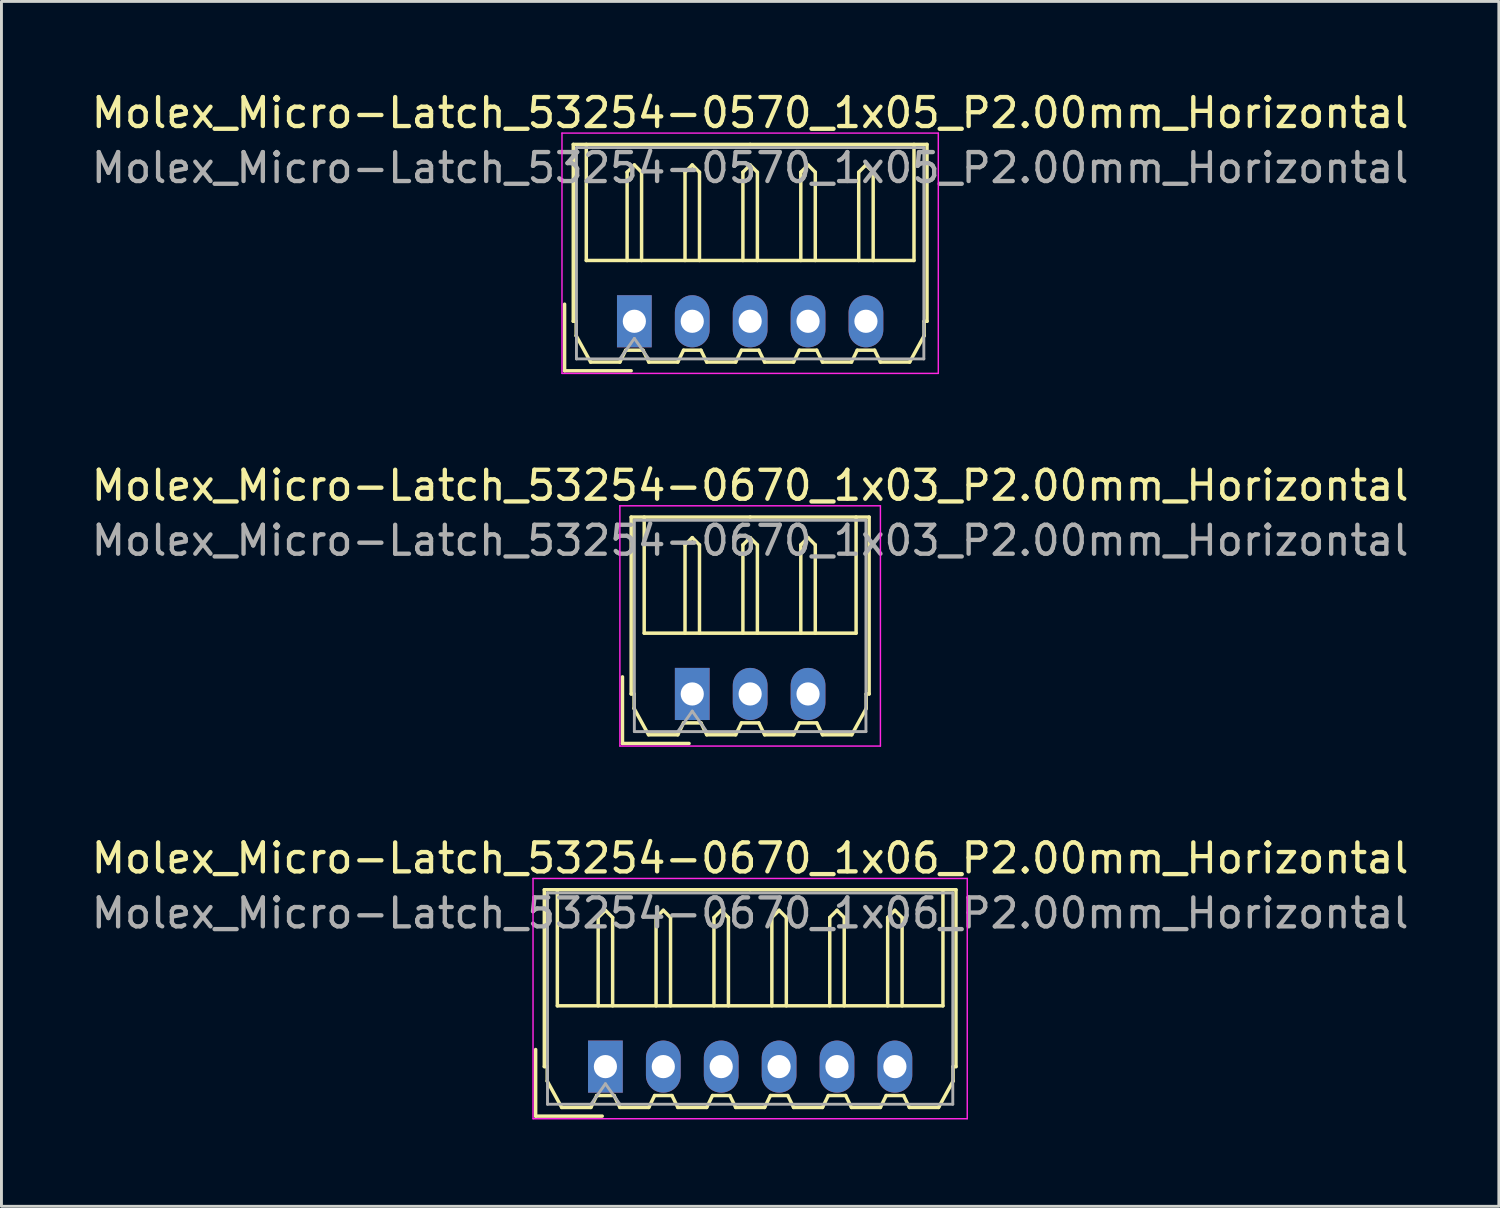
<source format=kicad_pcb>
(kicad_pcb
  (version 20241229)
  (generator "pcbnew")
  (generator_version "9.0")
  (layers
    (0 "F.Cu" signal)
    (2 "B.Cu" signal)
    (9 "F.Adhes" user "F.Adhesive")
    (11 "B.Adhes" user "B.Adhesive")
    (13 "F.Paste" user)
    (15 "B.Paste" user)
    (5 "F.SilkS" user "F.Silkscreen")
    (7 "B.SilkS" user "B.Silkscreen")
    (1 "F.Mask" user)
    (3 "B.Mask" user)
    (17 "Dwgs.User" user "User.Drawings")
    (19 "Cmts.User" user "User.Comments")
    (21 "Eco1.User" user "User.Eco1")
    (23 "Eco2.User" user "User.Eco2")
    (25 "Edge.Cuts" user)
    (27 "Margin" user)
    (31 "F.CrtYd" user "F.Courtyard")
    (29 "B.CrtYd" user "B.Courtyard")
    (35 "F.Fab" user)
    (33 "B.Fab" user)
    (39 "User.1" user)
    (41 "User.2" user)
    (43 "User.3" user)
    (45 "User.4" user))
  (footprint "Molex_Micro-Latch_53254-0570_1x05_P2.00mm_Horizontal"
    (layer "F.Cu")
    (at 18.863 8.048)
    (property "Reference" "Molex_Micro-Latch_53254-0570_1x05_P2.00mm_Horizontal" (at 4 -7.2 0) (layer "F.SilkS") (effects (font (size 1 1) (thickness 0.15))))
    (attr through_hole)
    (fp_line (start -2.41 1.71) (end -2.41 -0.59) (stroke (width 0.12) (type solid)) (layer "F.SilkS"))
    (fp_line (start -2.11 -6.11) (end 4 -6.11) (stroke (width 0.12) (type solid)) (layer "F.SilkS"))
    (fp_line (start -2.11 0) (end -2.11 -6.11) (stroke (width 0.12) (type solid)) (layer "F.SilkS"))
    (fp_line (start -2.01 0) (end -2.11 0) (stroke (width 0.12) (type solid)) (layer "F.SilkS"))
    (fp_line (start -2.01 0.5) (end -2.01 0) (stroke (width 0.12) (type solid)) (layer "F.SilkS"))
    (fp_line (start -1.66 -6.11) (end -1.66 -2.1) (stroke (width 0.12) (type solid)) (layer "F.SilkS"))
    (fp_line (start -1.66 -2.1) (end 9.66 -2.1) (stroke (width 0.12) (type solid)) (layer "F.SilkS"))
    (fp_line (start -1.51 1.41) (end -2.01 0.5) (stroke (width 0.12) (type solid)) (layer "F.SilkS"))
    (fp_line (start -0.5 1.41) (end -1.51 1.41) (stroke (width 0.12) (type solid)) (layer "F.SilkS"))
    (fp_line (start -0.3 1) (end -0.5 1.41) (stroke (width 0.12) (type solid)) (layer "F.SilkS"))
    (fp_line (start -0.3 1) (end 0.3 1) (stroke (width 0.12) (type solid)) (layer "F.SilkS"))
    (fp_line (start -0.25 -5.15) (end 0 -5.4) (stroke (width 0.12) (type solid)) (layer "F.SilkS"))
    (fp_line (start -0.25 -2.1) (end -0.25 -5.15) (stroke (width 0.12) (type solid)) (layer "F.SilkS"))
    (fp_line (start -0.11 1.71) (end -2.41 1.71) (stroke (width 0.12) (type solid)) (layer "F.SilkS"))
    (fp_line (start 0 -5.4) (end 0.25 -5.15) (stroke (width 0.12) (type solid)) (layer "F.SilkS"))
    (fp_line (start 0.25 -5.15) (end 0.25 -2.1) (stroke (width 0.12) (type solid)) (layer "F.SilkS"))
    (fp_line (start 0.3 1) (end 0.5 1.41) (stroke (width 0.12) (type solid)) (layer "F.SilkS"))
    (fp_line (start 0.5 1.41) (end 1.5 1.41) (stroke (width 0.12) (type solid)) (layer "F.SilkS"))
    (fp_line (start 1.5 1.41) (end 1.7 1) (stroke (width 0.12) (type solid)) (layer "F.SilkS"))
    (fp_line (start 1.7 1) (end 2.3 1) (stroke (width 0.12) (type solid)) (layer "F.SilkS"))
    (fp_line (start 1.75 -5.15) (end 2 -5.4) (stroke (width 0.12) (type solid)) (layer "F.SilkS"))
    (fp_line (start 1.75 -2.1) (end 1.75 -5.15) (stroke (width 0.12) (type solid)) (layer "F.SilkS"))
    (fp_line (start 2 -5.4) (end 2.25 -5.15) (stroke (width 0.12) (type solid)) (layer "F.SilkS"))
    (fp_line (start 2.25 -5.15) (end 2.25 -2.1) (stroke (width 0.12) (type solid)) (layer "F.SilkS"))
    (fp_line (start 2.3 1) (end 2.5 1.41) (stroke (width 0.12) (type solid)) (layer "F.SilkS"))
    (fp_line (start 2.5 1.41) (end 3.5 1.41) (stroke (width 0.12) (type solid)) (layer "F.SilkS"))
    (fp_line (start 3.5 1.41) (end 3.7 1) (stroke (width 0.12) (type solid)) (layer "F.SilkS"))
    (fp_line (start 3.7 1) (end 4.3 1) (stroke (width 0.12) (type solid)) (layer "F.SilkS"))
    (fp_line (start 3.75 -5.15) (end 4 -5.4) (stroke (width 0.12) (type solid)) (layer "F.SilkS"))
    (fp_line (start 3.75 -2.1) (end 3.75 -5.15) (stroke (width 0.12) (type solid)) (layer "F.SilkS"))
    (fp_line (start 4 -5.4) (end 4.25 -5.15) (stroke (width 0.12) (type solid)) (layer "F.SilkS"))
    (fp_line (start 4.25 -5.15) (end 4.25 -2.1) (stroke (width 0.12) (type solid)) (layer "F.SilkS"))
    (fp_line (start 4.3 1) (end 4.5 1.41) (stroke (width 0.12) (type solid)) (layer "F.SilkS"))
    (fp_line (start 4.5 1.41) (end 5.5 1.41) (stroke (width 0.12) (type solid)) (layer "F.SilkS"))
    (fp_line (start 5.5 1.41) (end 5.7 1) (stroke (width 0.12) (type solid)) (layer "F.SilkS"))
    (fp_line (start 5.7 1) (end 6.3 1) (stroke (width 0.12) (type solid)) (layer "F.SilkS"))
    (fp_line (start 5.75 -5.15) (end 6 -5.4) (stroke (width 0.12) (type solid)) (layer "F.SilkS"))
    (fp_line (start 5.75 -2.1) (end 5.75 -5.15) (stroke (width 0.12) (type solid)) (layer "F.SilkS"))
    (fp_line (start 6 -5.4) (end 6.25 -5.15) (stroke (width 0.12) (type solid)) (layer "F.SilkS"))
    (fp_line (start 6.25 -5.15) (end 6.25 -2.1) (stroke (width 0.12) (type solid)) (layer "F.SilkS"))
    (fp_line (start 6.3 1) (end 6.5 1.41) (stroke (width 0.12) (type solid)) (layer "F.SilkS"))
    (fp_line (start 6.5 1.41) (end 7.5 1.41) (stroke (width 0.12) (type solid)) (layer "F.SilkS"))
    (fp_line (start 7.5 1.41) (end 7.7 1) (stroke (width 0.12) (type solid)) (layer "F.SilkS"))
    (fp_line (start 7.7 1) (end 8.3 1) (stroke (width 0.12) (type solid)) (layer "F.SilkS"))
    (fp_line (start 7.75 -5.15) (end 8 -5.4) (stroke (width 0.12) (type solid)) (layer "F.SilkS"))
    (fp_line (start 7.75 -2.1) (end 7.75 -5.15) (stroke (width 0.12) (type solid)) (layer "F.SilkS"))
    (fp_line (start 8 -5.4) (end 8.25 -5.15) (stroke (width 0.12) (type solid)) (layer "F.SilkS"))
    (fp_line (start 8.25 -5.15) (end 8.25 -2.1) (stroke (width 0.12) (type solid)) (layer "F.SilkS"))
    (fp_line (start 8.3 1) (end 8.5 1.41) (stroke (width 0.12) (type solid)) (layer "F.SilkS"))
    (fp_line (start 8.5 1.41) (end 9.51 1.41) (stroke (width 0.12) (type solid)) (layer "F.SilkS"))
    (fp_line (start 9.51 1.41) (end 10.01 0.5) (stroke (width 0.12) (type solid)) (layer "F.SilkS"))
    (fp_line (start 9.66 -2.1) (end 9.66 -6.11) (stroke (width 0.12) (type solid)) (layer "F.SilkS"))
    (fp_line (start 10.01 0) (end 10.11 0) (stroke (width 0.12) (type solid)) (layer "F.SilkS"))
    (fp_line (start 10.01 0.5) (end 10.01 0) (stroke (width 0.12) (type solid)) (layer "F.SilkS"))
    (fp_line (start 10.11 -6.11) (end 4 -6.11) (stroke (width 0.12) (type solid)) (layer "F.SilkS"))
    (fp_line (start 10.11 0) (end 10.11 -6.11) (stroke (width 0.12) (type solid)) (layer "F.SilkS"))
    (fp_line (start -2.5 -6.5) (end -2.5 1.8) (stroke (width 0.05) (type solid)) (layer "F.CrtYd"))
    (fp_line (start -2.5 1.8) (end 10.5 1.8) (stroke (width 0.05) (type solid)) (layer "F.CrtYd"))
    (fp_line (start 10.5 -6.5) (end -2.5 -6.5) (stroke (width 0.05) (type solid)) (layer "F.CrtYd"))
    (fp_line (start 10.5 1.8) (end 10.5 -6.5) (stroke (width 0.05) (type solid)) (layer "F.CrtYd"))
    (fp_line (start -2 -6) (end -2 1.3) (stroke (width 0.1) (type solid)) (layer "F.Fab"))
    (fp_line (start -2 1.3) (end 10 1.3) (stroke (width 0.1) (type solid)) (layer "F.Fab"))
    (fp_line (start -0.5 1.3) (end 0 0.593) (stroke (width 0.1) (type solid)) (layer "F.Fab"))
    (fp_line (start 0 0.593) (end 0.5 1.3) (stroke (width 0.1) (type solid)) (layer "F.Fab"))
    (fp_line (start 10 -6) (end -2 -6) (stroke (width 0.1) (type solid)) (layer "F.Fab"))
    (fp_line (start 10 1.3) (end 10 -6) (stroke (width 0.1) (type solid)) (layer "F.Fab"))
    (fp_text user "${REFERENCE}" (at 4 -5.3 0) (layer "F.Fab") (effects (font (size 1 1) (thickness 0.15))))
    (pad "1" thru_hole rect (at 0 0) (size 1.2 1.8) (drill 0.8) (layers "*.Cu" "*.Mask"))
    (pad "2" thru_hole oval (at 2 0) (size 1.2 1.8) (drill 0.8) (layers "*.Cu" "*.Mask"))
    (pad "3" thru_hole oval (at 4 0) (size 1.2 1.8) (drill 0.8) (layers "*.Cu" "*.Mask"))
    (pad "4" thru_hole oval (at 6 0) (size 1.2 1.8) (drill 0.8) (layers "*.Cu" "*.Mask"))
    (pad "5" thru_hole oval (at 8 0) (size 1.2 1.8) (drill 0.8) (layers "*.Cu" "*.Mask")))
  (footprint "Molex_Micro-Latch_53254-0670_1x06_P2.00mm_Horizontal"
    (layer "F.Cu")
    (at 17.863 33.795)
    (property "Reference" "Molex_Micro-Latch_53254-0670_1x06_P2.00mm_Horizontal" (at 5 -7.2 0) (layer "F.SilkS") (effects (font (size 1 1) (thickness 0.15))))
    (attr through_hole)
    (fp_line (start -2.41 1.71) (end -2.41 -0.59) (stroke (width 0.12) (type solid)) (layer "F.SilkS"))
    (fp_line (start -2.11 -6.11) (end 5 -6.11) (stroke (width 0.12) (type solid)) (layer "F.SilkS"))
    (fp_line (start -2.11 0) (end -2.11 -6.11) (stroke (width 0.12) (type solid)) (layer "F.SilkS"))
    (fp_line (start -2.01 0) (end -2.11 0) (stroke (width 0.12) (type solid)) (layer "F.SilkS"))
    (fp_line (start -2.01 0.5) (end -2.01 0) (stroke (width 0.12) (type solid)) (layer "F.SilkS"))
    (fp_line (start -1.66 -6.11) (end -1.66 -2.1) (stroke (width 0.12) (type solid)) (layer "F.SilkS"))
    (fp_line (start -1.66 -2.1) (end 11.66 -2.1) (stroke (width 0.12) (type solid)) (layer "F.SilkS"))
    (fp_line (start -1.51 1.41) (end -2.01 0.5) (stroke (width 0.12) (type solid)) (layer "F.SilkS"))
    (fp_line (start -0.5 1.41) (end -1.51 1.41) (stroke (width 0.12) (type solid)) (layer "F.SilkS"))
    (fp_line (start -0.3 1) (end -0.5 1.41) (stroke (width 0.12) (type solid)) (layer "F.SilkS"))
    (fp_line (start -0.3 1) (end 0.3 1) (stroke (width 0.12) (type solid)) (layer "F.SilkS"))
    (fp_line (start -0.25 -5.15) (end 0 -5.4) (stroke (width 0.12) (type solid)) (layer "F.SilkS"))
    (fp_line (start -0.25 -2.1) (end -0.25 -5.15) (stroke (width 0.12) (type solid)) (layer "F.SilkS"))
    (fp_line (start -0.11 1.71) (end -2.41 1.71) (stroke (width 0.12) (type solid)) (layer "F.SilkS"))
    (fp_line (start 0 -5.4) (end 0.25 -5.15) (stroke (width 0.12) (type solid)) (layer "F.SilkS"))
    (fp_line (start 0.25 -5.15) (end 0.25 -2.1) (stroke (width 0.12) (type solid)) (layer "F.SilkS"))
    (fp_line (start 0.3 1) (end 0.5 1.41) (stroke (width 0.12) (type solid)) (layer "F.SilkS"))
    (fp_line (start 0.5 1.41) (end 1.5 1.41) (stroke (width 0.12) (type solid)) (layer "F.SilkS"))
    (fp_line (start 1.5 1.41) (end 1.7 1) (stroke (width 0.12) (type solid)) (layer "F.SilkS"))
    (fp_line (start 1.7 1) (end 2.3 1) (stroke (width 0.12) (type solid)) (layer "F.SilkS"))
    (fp_line (start 1.75 -5.15) (end 2 -5.4) (stroke (width 0.12) (type solid)) (layer "F.SilkS"))
    (fp_line (start 1.75 -2.1) (end 1.75 -5.15) (stroke (width 0.12) (type solid)) (layer "F.SilkS"))
    (fp_line (start 2 -5.4) (end 2.25 -5.15) (stroke (width 0.12) (type solid)) (layer "F.SilkS"))
    (fp_line (start 2.25 -5.15) (end 2.25 -2.1) (stroke (width 0.12) (type solid)) (layer "F.SilkS"))
    (fp_line (start 2.3 1) (end 2.5 1.41) (stroke (width 0.12) (type solid)) (layer "F.SilkS"))
    (fp_line (start 2.5 1.41) (end 3.5 1.41) (stroke (width 0.12) (type solid)) (layer "F.SilkS"))
    (fp_line (start 3.5 1.41) (end 3.7 1) (stroke (width 0.12) (type solid)) (layer "F.SilkS"))
    (fp_line (start 3.7 1) (end 4.3 1) (stroke (width 0.12) (type solid)) (layer "F.SilkS"))
    (fp_line (start 3.75 -5.15) (end 4 -5.4) (stroke (width 0.12) (type solid)) (layer "F.SilkS"))
    (fp_line (start 3.75 -2.1) (end 3.75 -5.15) (stroke (width 0.12) (type solid)) (layer "F.SilkS"))
    (fp_line (start 4 -5.4) (end 4.25 -5.15) (stroke (width 0.12) (type solid)) (layer "F.SilkS"))
    (fp_line (start 4.25 -5.15) (end 4.25 -2.1) (stroke (width 0.12) (type solid)) (layer "F.SilkS"))
    (fp_line (start 4.3 1) (end 4.5 1.41) (stroke (width 0.12) (type solid)) (layer "F.SilkS"))
    (fp_line (start 4.5 1.41) (end 5.5 1.41) (stroke (width 0.12) (type solid)) (layer "F.SilkS"))
    (fp_line (start 5.5 1.41) (end 5.7 1) (stroke (width 0.12) (type solid)) (layer "F.SilkS"))
    (fp_line (start 5.7 1) (end 6.3 1) (stroke (width 0.12) (type solid)) (layer "F.SilkS"))
    (fp_line (start 5.75 -5.15) (end 6 -5.4) (stroke (width 0.12) (type solid)) (layer "F.SilkS"))
    (fp_line (start 5.75 -2.1) (end 5.75 -5.15) (stroke (width 0.12) (type solid)) (layer "F.SilkS"))
    (fp_line (start 6 -5.4) (end 6.25 -5.15) (stroke (width 0.12) (type solid)) (layer "F.SilkS"))
    (fp_line (start 6.25 -5.15) (end 6.25 -2.1) (stroke (width 0.12) (type solid)) (layer "F.SilkS"))
    (fp_line (start 6.3 1) (end 6.5 1.41) (stroke (width 0.12) (type solid)) (layer "F.SilkS"))
    (fp_line (start 6.5 1.41) (end 7.5 1.41) (stroke (width 0.12) (type solid)) (layer "F.SilkS"))
    (fp_line (start 7.5 1.41) (end 7.7 1) (stroke (width 0.12) (type solid)) (layer "F.SilkS"))
    (fp_line (start 7.7 1) (end 8.3 1) (stroke (width 0.12) (type solid)) (layer "F.SilkS"))
    (fp_line (start 7.75 -5.15) (end 8 -5.4) (stroke (width 0.12) (type solid)) (layer "F.SilkS"))
    (fp_line (start 7.75 -2.1) (end 7.75 -5.15) (stroke (width 0.12) (type solid)) (layer "F.SilkS"))
    (fp_line (start 8 -5.4) (end 8.25 -5.15) (stroke (width 0.12) (type solid)) (layer "F.SilkS"))
    (fp_line (start 8.25 -5.15) (end 8.25 -2.1) (stroke (width 0.12) (type solid)) (layer "F.SilkS"))
    (fp_line (start 8.3 1) (end 8.5 1.41) (stroke (width 0.12) (type solid)) (layer "F.SilkS"))
    (fp_line (start 8.5 1.41) (end 9.5 1.41) (stroke (width 0.12) (type solid)) (layer "F.SilkS"))
    (fp_line (start 9.5 1.41) (end 9.7 1) (stroke (width 0.12) (type solid)) (layer "F.SilkS"))
    (fp_line (start 9.7 1) (end 10.3 1) (stroke (width 0.12) (type solid)) (layer "F.SilkS"))
    (fp_line (start 9.75 -5.15) (end 10 -5.4) (stroke (width 0.12) (type solid)) (layer "F.SilkS"))
    (fp_line (start 9.75 -2.1) (end 9.75 -5.15) (stroke (width 0.12) (type solid)) (layer "F.SilkS"))
    (fp_line (start 10 -5.4) (end 10.25 -5.15) (stroke (width 0.12) (type solid)) (layer "F.SilkS"))
    (fp_line (start 10.25 -5.15) (end 10.25 -2.1) (stroke (width 0.12) (type solid)) (layer "F.SilkS"))
    (fp_line (start 10.3 1) (end 10.5 1.41) (stroke (width 0.12) (type solid)) (layer "F.SilkS"))
    (fp_line (start 10.5 1.41) (end 11.51 1.41) (stroke (width 0.12) (type solid)) (layer "F.SilkS"))
    (fp_line (start 11.51 1.41) (end 12.01 0.5) (stroke (width 0.12) (type solid)) (layer "F.SilkS"))
    (fp_line (start 11.66 -2.1) (end 11.66 -6.11) (stroke (width 0.12) (type solid)) (layer "F.SilkS"))
    (fp_line (start 12.01 0) (end 12.11 0) (stroke (width 0.12) (type solid)) (layer "F.SilkS"))
    (fp_line (start 12.01 0.5) (end 12.01 0) (stroke (width 0.12) (type solid)) (layer "F.SilkS"))
    (fp_line (start 12.11 -6.11) (end 5 -6.11) (stroke (width 0.12) (type solid)) (layer "F.SilkS"))
    (fp_line (start 12.11 0) (end 12.11 -6.11) (stroke (width 0.12) (type solid)) (layer "F.SilkS"))
    (fp_line (start -2.5 -6.5) (end -2.5 1.8) (stroke (width 0.05) (type solid)) (layer "F.CrtYd"))
    (fp_line (start -2.5 1.8) (end 12.5 1.8) (stroke (width 0.05) (type solid)) (layer "F.CrtYd"))
    (fp_line (start 12.5 -6.5) (end -2.5 -6.5) (stroke (width 0.05) (type solid)) (layer "F.CrtYd"))
    (fp_line (start 12.5 1.8) (end 12.5 -6.5) (stroke (width 0.05) (type solid)) (layer "F.CrtYd"))
    (fp_line (start -2 -6) (end -2 1.3) (stroke (width 0.1) (type solid)) (layer "F.Fab"))
    (fp_line (start -2 1.3) (end 12 1.3) (stroke (width 0.1) (type solid)) (layer "F.Fab"))
    (fp_line (start -0.5 1.3) (end 0 0.593) (stroke (width 0.1) (type solid)) (layer "F.Fab"))
    (fp_line (start 0 0.593) (end 0.5 1.3) (stroke (width 0.1) (type solid)) (layer "F.Fab"))
    (fp_line (start 12 -6) (end -2 -6) (stroke (width 0.1) (type solid)) (layer "F.Fab"))
    (fp_line (start 12 1.3) (end 12 -6) (stroke (width 0.1) (type solid)) (layer "F.Fab"))
    (fp_text user "${REFERENCE}" (at 5 -5.3 0) (layer "F.Fab") (effects (font (size 1 1) (thickness 0.15))))
    (pad "1" thru_hole rect (at 0 0) (size 1.2 1.8) (drill 0.8) (layers "*.Cu" "*.Mask"))
    (pad "2" thru_hole oval (at 2 0) (size 1.2 1.8) (drill 0.8) (layers "*.Cu" "*.Mask"))
    (pad "3" thru_hole oval (at 4 0) (size 1.2 1.8) (drill 0.8) (layers "*.Cu" "*.Mask"))
    (pad "4" thru_hole oval (at 6 0) (size 1.2 1.8) (drill 0.8) (layers "*.Cu" "*.Mask"))
    (pad "5" thru_hole oval (at 8 0) (size 1.2 1.8) (drill 0.8) (layers "*.Cu" "*.Mask"))
    (pad "6" thru_hole oval (at 10 0) (size 1.2 1.8) (drill 0.8) (layers "*.Cu" "*.Mask")))
  (footprint "Molex_Micro-Latch_53254-0670_1x03_P2.00mm_Horizontal"
    (layer "F.Cu")
    (at 20.863 20.922)
    (property "Reference" "Molex_Micro-Latch_53254-0670_1x03_P2.00mm_Horizontal" (at 2 -7.2 0) (layer "F.SilkS") (effects (font (size 1 1) (thickness 0.15))))
    (attr through_hole)
    (fp_line (start -2.41 1.71) (end -2.41 -0.59) (stroke (width 0.12) (type solid)) (layer "F.SilkS"))
    (fp_line (start -2.11 -6.11) (end 2 -6.11) (stroke (width 0.12) (type solid)) (layer "F.SilkS"))
    (fp_line (start -2.11 0) (end -2.11 -6.11) (stroke (width 0.12) (type solid)) (layer "F.SilkS"))
    (fp_line (start -2.01 0) (end -2.11 0) (stroke (width 0.12) (type solid)) (layer "F.SilkS"))
    (fp_line (start -2.01 0.5) (end -2.01 0) (stroke (width 0.12) (type solid)) (layer "F.SilkS"))
    (fp_line (start -1.66 -6.11) (end -1.66 -2.1) (stroke (width 0.12) (type solid)) (layer "F.SilkS"))
    (fp_line (start -1.66 -2.1) (end 5.66 -2.1) (stroke (width 0.12) (type solid)) (layer "F.SilkS"))
    (fp_line (start -1.51 1.41) (end -2.01 0.5) (stroke (width 0.12) (type solid)) (layer "F.SilkS"))
    (fp_line (start -0.5 1.41) (end -1.51 1.41) (stroke (width 0.12) (type solid)) (layer "F.SilkS"))
    (fp_line (start -0.3 1) (end -0.5 1.41) (stroke (width 0.12) (type solid)) (layer "F.SilkS"))
    (fp_line (start -0.3 1) (end 0.3 1) (stroke (width 0.12) (type solid)) (layer "F.SilkS"))
    (fp_line (start -0.25 -5.15) (end 0 -5.4) (stroke (width 0.12) (type solid)) (layer "F.SilkS"))
    (fp_line (start -0.25 -2.1) (end -0.25 -5.15) (stroke (width 0.12) (type solid)) (layer "F.SilkS"))
    (fp_line (start -0.11 1.71) (end -2.41 1.71) (stroke (width 0.12) (type solid)) (layer "F.SilkS"))
    (fp_line (start 0 -5.4) (end 0.25 -5.15) (stroke (width 0.12) (type solid)) (layer "F.SilkS"))
    (fp_line (start 0.25 -5.15) (end 0.25 -2.1) (stroke (width 0.12) (type solid)) (layer "F.SilkS"))
    (fp_line (start 0.3 1) (end 0.5 1.41) (stroke (width 0.12) (type solid)) (layer "F.SilkS"))
    (fp_line (start 0.5 1.41) (end 1.5 1.41) (stroke (width 0.12) (type solid)) (layer "F.SilkS"))
    (fp_line (start 1.5 1.41) (end 1.7 1) (stroke (width 0.12) (type solid)) (layer "F.SilkS"))
    (fp_line (start 1.7 1) (end 2.3 1) (stroke (width 0.12) (type solid)) (layer "F.SilkS"))
    (fp_line (start 1.75 -5.15) (end 2 -5.4) (stroke (width 0.12) (type solid)) (layer "F.SilkS"))
    (fp_line (start 1.75 -2.1) (end 1.75 -5.15) (stroke (width 0.12) (type solid)) (layer "F.SilkS"))
    (fp_line (start 2 -5.4) (end 2.25 -5.15) (stroke (width 0.12) (type solid)) (layer "F.SilkS"))
    (fp_line (start 2.25 -5.15) (end 2.25 -2.1) (stroke (width 0.12) (type solid)) (layer "F.SilkS"))
    (fp_line (start 2.3 1) (end 2.5 1.41) (stroke (width 0.12) (type solid)) (layer "F.SilkS"))
    (fp_line (start 2.5 1.41) (end 3.5 1.41) (stroke (width 0.12) (type solid)) (layer "F.SilkS"))
    (fp_line (start 3.5 1.41) (end 3.7 1) (stroke (width 0.12) (type solid)) (layer "F.SilkS"))
    (fp_line (start 3.7 1) (end 4.3 1) (stroke (width 0.12) (type solid)) (layer "F.SilkS"))
    (fp_line (start 3.75 -5.15) (end 4 -5.4) (stroke (width 0.12) (type solid)) (layer "F.SilkS"))
    (fp_line (start 3.75 -2.1) (end 3.75 -5.15) (stroke (width 0.12) (type solid)) (layer "F.SilkS"))
    (fp_line (start 4 -5.4) (end 4.25 -5.15) (stroke (width 0.12) (type solid)) (layer "F.SilkS"))
    (fp_line (start 4.25 -5.15) (end 4.25 -2.1) (stroke (width 0.12) (type solid)) (layer "F.SilkS"))
    (fp_line (start 4.3 1) (end 4.5 1.41) (stroke (width 0.12) (type solid)) (layer "F.SilkS"))
    (fp_line (start 4.5 1.41) (end 5.51 1.41) (stroke (width 0.12) (type solid)) (layer "F.SilkS"))
    (fp_line (start 5.51 1.41) (end 6.01 0.5) (stroke (width 0.12) (type solid)) (layer "F.SilkS"))
    (fp_line (start 5.66 -2.1) (end 5.66 -6.11) (stroke (width 0.12) (type solid)) (layer "F.SilkS"))
    (fp_line (start 6.01 0) (end 6.11 0) (stroke (width 0.12) (type solid)) (layer "F.SilkS"))
    (fp_line (start 6.01 0.5) (end 6.01 0) (stroke (width 0.12) (type solid)) (layer "F.SilkS"))
    (fp_line (start 6.11 -6.11) (end 2 -6.11) (stroke (width 0.12) (type solid)) (layer "F.SilkS"))
    (fp_line (start 6.11 0) (end 6.11 -6.11) (stroke (width 0.12) (type solid)) (layer "F.SilkS"))
    (fp_line (start -2.5 -6.5) (end -2.5 1.8) (stroke (width 0.05) (type solid)) (layer "F.CrtYd"))
    (fp_line (start -2.5 1.8) (end 6.5 1.8) (stroke (width 0.05) (type solid)) (layer "F.CrtYd"))
    (fp_line (start 6.5 -6.5) (end -2.5 -6.5) (stroke (width 0.05) (type solid)) (layer "F.CrtYd"))
    (fp_line (start 6.5 1.8) (end 6.5 -6.5) (stroke (width 0.05) (type solid)) (layer "F.CrtYd"))
    (fp_line (start -2 -6) (end -2 1.3) (stroke (width 0.1) (type solid)) (layer "F.Fab"))
    (fp_line (start -2 1.3) (end 6 1.3) (stroke (width 0.1) (type solid)) (layer "F.Fab"))
    (fp_line (start -0.5 1.3) (end 0 0.593) (stroke (width 0.1) (type solid)) (layer "F.Fab"))
    (fp_line (start 0 0.593) (end 0.5 1.3) (stroke (width 0.1) (type solid)) (layer "F.Fab"))
    (fp_line (start 6 -6) (end -2 -6) (stroke (width 0.1) (type solid)) (layer "F.Fab"))
    (fp_line (start 6 1.3) (end 6 -6) (stroke (width 0.1) (type solid)) (layer "F.Fab"))
    (fp_text user "${REFERENCE}" (at 2 -5.3 0) (layer "F.Fab") (effects (font (size 1 1) (thickness 0.15))))
    (pad "1" thru_hole rect (at 0 0) (size 1.2 1.8) (drill 0.8) (layers "*.Cu" "*.Mask"))
    (pad "2" thru_hole oval (at 2 0) (size 1.2 1.8) (drill 0.8) (layers "*.Cu" "*.Mask"))
    (pad "3" thru_hole oval (at 4 0) (size 1.2 1.8) (drill 0.8) (layers "*.Cu" "*.Mask")))
  (gr_rect
    (start -3 -3)
    (end 48.726 38.62)
    (stroke (width 0.1) (type default))
    (fill no)
    (layer "Edge.Cuts")))
</source>
